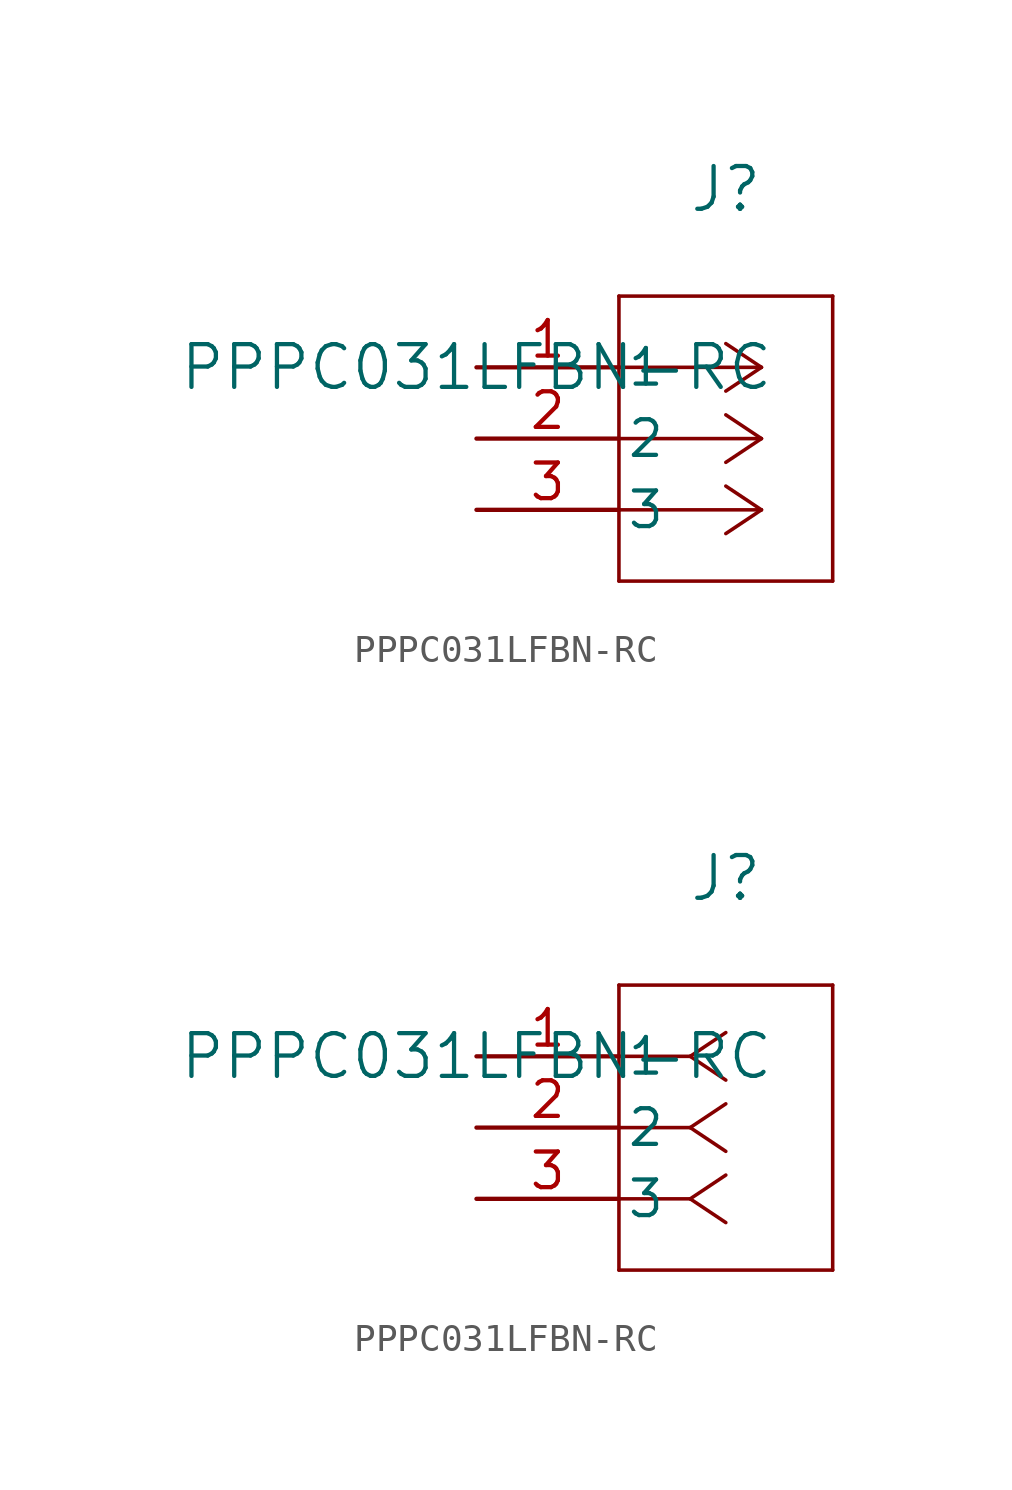
<source format=kicad_sym>
(kicad_symbol_lib
  (version 20211014)
  (generator kicad_symbol_editor)
  (symbol "PPPC031LFBN-RC"
    (pin_names
      (offset 0.254))
    (property "Reference" "J"
      (at 8.89 6.35 0)
      (effects (font (size 1.524 1.524))))
    (property "Value" "PPPC031LFBN-RC"
      (at 0 0 0)
      (effects (font (size 1.524 1.524))))
    (symbol "PPPC031LFBN-RC_1_1"
      (polyline (pts (xy 10.16 0) (xy 5.08 0)) (stroke (width 0.127) (type default) (color 0 0 0 0)) (fill (type none)))
      (polyline (pts (xy 10.16 -2.54) (xy 5.08 -2.54)) (stroke (width 0.127) (type default) (color 0 0 0 0)) (fill (type none)))
      (polyline (pts (xy 10.16 -5.08) (xy 5.08 -5.08)) (stroke (width 0.127) (type default) (color 0 0 0 0)) (fill (type none)))
      (polyline (pts (xy 10.16 0) (xy 8.89 0.847)) (stroke (width 0.127) (type default) (color 0 0 0 0)) (fill (type none)))
      (polyline (pts (xy 10.16 -2.54) (xy 8.89 -1.693)) (stroke (width 0.127) (type default) (color 0 0 0 0)) (fill (type none)))
      (polyline (pts (xy 10.16 -5.08) (xy 8.89 -4.233)) (stroke (width 0.127) (type default) (color 0 0 0 0)) (fill (type none)))
      (polyline (pts (xy 10.16 0) (xy 8.89 -0.847)) (stroke (width 0.127) (type default) (color 0 0 0 0)) (fill (type none)))
      (polyline (pts (xy 10.16 -2.54) (xy 8.89 -3.387)) (stroke (width 0.127) (type default) (color 0 0 0 0)) (fill (type none)))
      (polyline (pts (xy 10.16 -5.08) (xy 8.89 -5.927)) (stroke (width 0.127) (type default) (color 0 0 0 0)) (fill (type none)))
      (polyline (pts (xy 5.08 2.54) (xy 5.08 -7.62)) (stroke (width 0.127) (type default) (color 0 0 0 0)) (fill (type none)))
      (polyline (pts (xy 5.08 -7.62) (xy 12.7 -7.62)) (stroke (width 0.127) (type default) (color 0 0 0 0)) (fill (type none)))
      (polyline (pts (xy 12.7 -7.62) (xy 12.7 2.54)) (stroke (width 0.127) (type default) (color 0 0 0 0)) (fill (type none)))
      (polyline (pts (xy 12.7 2.54) (xy 5.08 2.54)) (stroke (width 0.127) (type default) (color 0 0 0 0)) (fill (type none)))
      (pin unspecified line (at 0 0 0) (length 5.08) (name "1" (effects (font (size 1.27 1.27)))) (number "1" (effects (font (size 1.27 1.27)))))
      (pin unspecified line (at 0 -2.54 0) (length 5.08) (name "2" (effects (font (size 1.27 1.27)))) (number "2" (effects (font (size 1.27 1.27)))))
      (pin unspecified line (at 0 -5.08 0) (length 5.08) (name "3" (effects (font (size 1.27 1.27)))) (number "3" (effects (font (size 1.27 1.27))))))
    (symbol "PPPC031LFBN-RC_1_2"
      (polyline (pts (xy 7.62 0) (xy 5.08 0)) (stroke (width 0.127) (type default) (color 0 0 0 0)) (fill (type none)))
      (polyline (pts (xy 7.62 -2.54) (xy 5.08 -2.54)) (stroke (width 0.127) (type default) (color 0 0 0 0)) (fill (type none)))
      (polyline (pts (xy 7.62 -5.08) (xy 5.08 -5.08)) (stroke (width 0.127) (type default) (color 0 0 0 0)) (fill (type none)))
      (polyline (pts (xy 7.62 0) (xy 8.89 0.847)) (stroke (width 0.127) (type default) (color 0 0 0 0)) (fill (type none)))
      (polyline (pts (xy 7.62 -2.54) (xy 8.89 -1.693)) (stroke (width 0.127) (type default) (color 0 0 0 0)) (fill (type none)))
      (polyline (pts (xy 7.62 -5.08) (xy 8.89 -4.233)) (stroke (width 0.127) (type default) (color 0 0 0 0)) (fill (type none)))
      (polyline (pts (xy 7.62 0) (xy 8.89 -0.847)) (stroke (width 0.127) (type default) (color 0 0 0 0)) (fill (type none)))
      (polyline (pts (xy 7.62 -2.54) (xy 8.89 -3.387)) (stroke (width 0.127) (type default) (color 0 0 0 0)) (fill (type none)))
      (polyline (pts (xy 7.62 -5.08) (xy 8.89 -5.927)) (stroke (width 0.127) (type default) (color 0 0 0 0)) (fill (type none)))
      (polyline (pts (xy 5.08 2.54) (xy 5.08 -7.62)) (stroke (width 0.127) (type default) (color 0 0 0 0)) (fill (type none)))
      (polyline (pts (xy 5.08 -7.62) (xy 12.7 -7.62)) (stroke (width 0.127) (type default) (color 0 0 0 0)) (fill (type none)))
      (polyline (pts (xy 12.7 -7.62) (xy 12.7 2.54)) (stroke (width 0.127) (type default) (color 0 0 0 0)) (fill (type none)))
      (polyline (pts (xy 12.7 2.54) (xy 5.08 2.54)) (stroke (width 0.127) (type default) (color 0 0 0 0)) (fill (type none)))
      (pin unspecified line (at 0 0 0) (length 5.08) (name "1" (effects (font (size 1.27 1.27)))) (number "1" (effects (font (size 1.27 1.27)))))
      (pin unspecified line (at 0 -2.54 0) (length 5.08) (name "2" (effects (font (size 1.27 1.27)))) (number "2" (effects (font (size 1.27 1.27)))))
      (pin unspecified line (at 0 -5.08 0) (length 5.08) (name "3" (effects (font (size 1.27 1.27)))) (number "3" (effects (font (size 1.27 1.27))))))))
</source>
